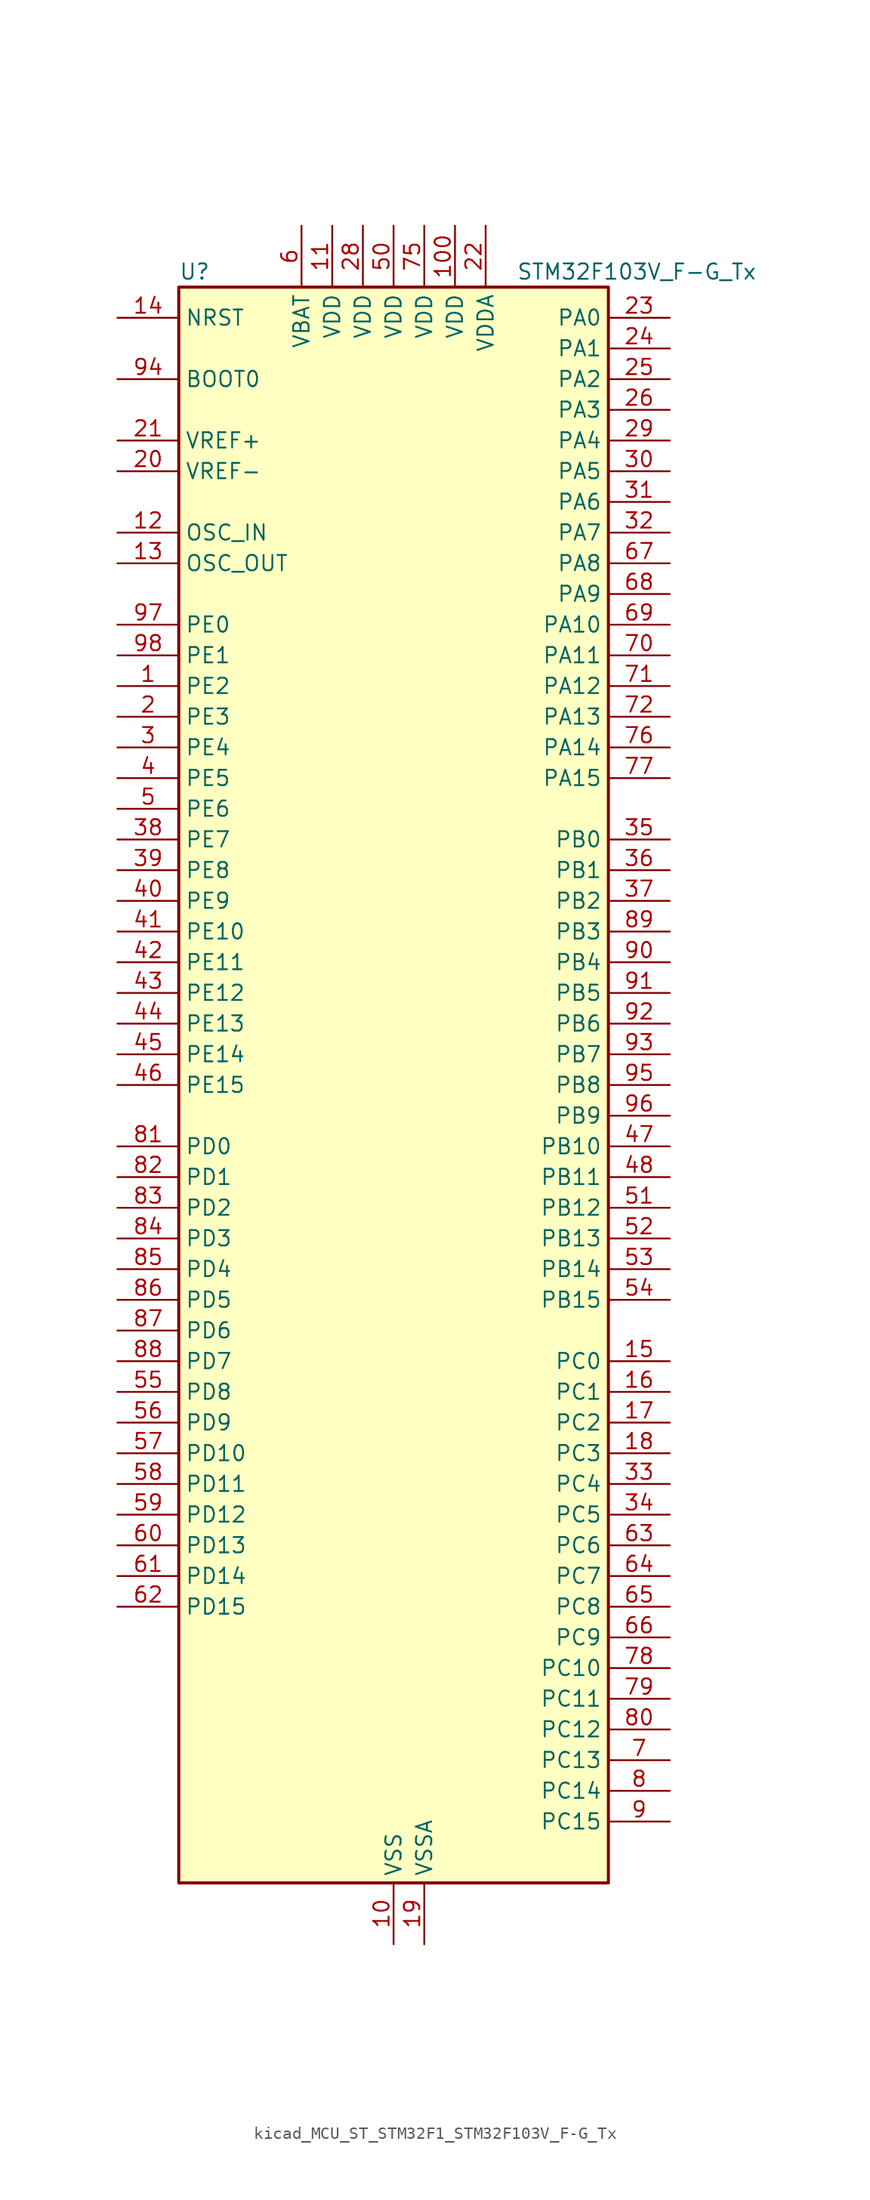
<source format=kicad_sym>
(kicad_symbol_lib
  (version 20220914)
  (generator kicad_symbol_editor)
  (symbol "kicad_MCU_ST_STM32F1_STM32F103V_F-G_Tx"
    (property "Reference" "U"
      (at -17.78 67.31 0)
      (effects (font (size 1.27 1.27)) (justify left)))
    (property "Value" "STM32F103V_F-G_Tx"
      (at 10.16 67.31 0)
      (effects (font (size 1.27 1.27)) (justify left)))
    (property "ki_locked" ""
      (at 0 0 0)
      (effects (font (size 1.27 1.27))))
    (symbol "kicad_MCU_ST_STM32F1_STM32F103V_F-G_Tx_0_1"
      (rectangle (start -17.78 -66.04) (end 17.78 66.04) (stroke (width 0.254) (type default)) (fill (type background))))
    (symbol "kicad_MCU_ST_STM32F1_STM32F103V_F-G_Tx_1_1"
      (pin bidirectional line (at -22.86 33.02 0) (length 5.08) (name "PE2" (effects (font (size 1.27 1.27)))) (number "1" (effects (font (size 1.27 1.27)))) (alternate "FSMC_A23" bidirectional line) (alternate "SYS_TRACECLK" bidirectional line))
      (pin power_in line (at 0 -71.12 90) (length 5.08) (name "VSS" (effects (font (size 1.27 1.27)))) (number "10" (effects (font (size 1.27 1.27)))))
      (pin power_in line (at 5.08 71.12 270) (length 5.08) (name "VDD" (effects (font (size 1.27 1.27)))) (number "100" (effects (font (size 1.27 1.27)))))
      (pin power_in line (at -5.08 71.12 270) (length 5.08) (name "VDD" (effects (font (size 1.27 1.27)))) (number "11" (effects (font (size 1.27 1.27)))))
      (pin input line (at -22.86 45.72 0) (length 5.08) (name "OSC_IN" (effects (font (size 1.27 1.27)))) (number "12" (effects (font (size 1.27 1.27)))) (alternate "RCC_OSC_IN" bidirectional line))
      (pin input line (at -22.86 43.18 0) (length 5.08) (name "OSC_OUT" (effects (font (size 1.27 1.27)))) (number "13" (effects (font (size 1.27 1.27)))) (alternate "RCC_OSC_OUT" bidirectional line))
      (pin input line (at -22.86 63.5 0) (length 5.08) (name "NRST" (effects (font (size 1.27 1.27)))) (number "14" (effects (font (size 1.27 1.27)))))
      (pin bidirectional line (at 22.86 -22.86 180) (length 5.08) (name "PC0" (effects (font (size 1.27 1.27)))) (number "15" (effects (font (size 1.27 1.27)))) (alternate "ADC1_IN10" bidirectional line) (alternate "ADC2_IN10" bidirectional line) (alternate "ADC3_IN10" bidirectional line))
      (pin bidirectional line (at 22.86 -25.4 180) (length 5.08) (name "PC1" (effects (font (size 1.27 1.27)))) (number "16" (effects (font (size 1.27 1.27)))) (alternate "ADC1_IN11" bidirectional line) (alternate "ADC2_IN11" bidirectional line) (alternate "ADC3_IN11" bidirectional line))
      (pin bidirectional line (at 22.86 -27.94 180) (length 5.08) (name "PC2" (effects (font (size 1.27 1.27)))) (number "17" (effects (font (size 1.27 1.27)))) (alternate "ADC1_IN12" bidirectional line) (alternate "ADC2_IN12" bidirectional line) (alternate "ADC3_IN12" bidirectional line))
      (pin bidirectional line (at 22.86 -30.48 180) (length 5.08) (name "PC3" (effects (font (size 1.27 1.27)))) (number "18" (effects (font (size 1.27 1.27)))) (alternate "ADC1_IN13" bidirectional line) (alternate "ADC2_IN13" bidirectional line) (alternate "ADC3_IN13" bidirectional line))
      (pin power_in line (at 2.54 -71.12 90) (length 5.08) (name "VSSA" (effects (font (size 1.27 1.27)))) (number "19" (effects (font (size 1.27 1.27)))))
      (pin bidirectional line (at -22.86 30.48 0) (length 5.08) (name "PE3" (effects (font (size 1.27 1.27)))) (number "2" (effects (font (size 1.27 1.27)))) (alternate "FSMC_A19" bidirectional line) (alternate "SYS_TRACED0" bidirectional line))
      (pin input line (at -22.86 50.8 0) (length 5.08) (name "VREF-" (effects (font (size 1.27 1.27)))) (number "20" (effects (font (size 1.27 1.27)))))
      (pin input line (at -22.86 53.34 0) (length 5.08) (name "VREF+" (effects (font (size 1.27 1.27)))) (number "21" (effects (font (size 1.27 1.27)))))
      (pin power_in line (at 7.62 71.12 270) (length 5.08) (name "VDDA" (effects (font (size 1.27 1.27)))) (number "22" (effects (font (size 1.27 1.27)))))
      (pin bidirectional line (at 22.86 63.5 180) (length 5.08) (name "PA0" (effects (font (size 1.27 1.27)))) (number "23" (effects (font (size 1.27 1.27)))) (alternate "ADC1_IN0" bidirectional line) (alternate "ADC2_IN0" bidirectional line) (alternate "ADC3_IN0" bidirectional line) (alternate "SYS_WKUP" bidirectional line) (alternate "TIM2_CH1" bidirectional line) (alternate "TIM2_ETR" bidirectional line) (alternate "TIM5_CH1" bidirectional line) (alternate "TIM8_ETR" bidirectional line) (alternate "USART2_CTS" bidirectional line))
      (pin bidirectional line (at 22.86 60.96 180) (length 5.08) (name "PA1" (effects (font (size 1.27 1.27)))) (number "24" (effects (font (size 1.27 1.27)))) (alternate "ADC1_IN1" bidirectional line) (alternate "ADC2_IN1" bidirectional line) (alternate "ADC3_IN1" bidirectional line) (alternate "TIM2_CH2" bidirectional line) (alternate "TIM5_CH2" bidirectional line) (alternate "USART2_RTS" bidirectional line))
      (pin bidirectional line (at 22.86 58.42 180) (length 5.08) (name "PA2" (effects (font (size 1.27 1.27)))) (number "25" (effects (font (size 1.27 1.27)))) (alternate "ADC1_IN2" bidirectional line) (alternate "ADC2_IN2" bidirectional line) (alternate "ADC3_IN2" bidirectional line) (alternate "TIM2_CH3" bidirectional line) (alternate "TIM5_CH3" bidirectional line) (alternate "TIM9_CH1" bidirectional line) (alternate "USART2_TX" bidirectional line))
      (pin bidirectional line (at 22.86 55.88 180) (length 5.08) (name "PA3" (effects (font (size 1.27 1.27)))) (number "26" (effects (font (size 1.27 1.27)))) (alternate "ADC1_IN3" bidirectional line) (alternate "ADC2_IN3" bidirectional line) (alternate "ADC3_IN3" bidirectional line) (alternate "TIM2_CH4" bidirectional line) (alternate "TIM5_CH4" bidirectional line) (alternate "TIM9_CH2" bidirectional line) (alternate "USART2_RX" bidirectional line))
      (pin passive line (at 0 -71.12 90) (length 5.08) hide (name "VSS" (effects (font (size 1.27 1.27)))) (number "27" (effects (font (size 1.27 1.27)))))
      (pin power_in line (at -2.54 71.12 270) (length 5.08) (name "VDD" (effects (font (size 1.27 1.27)))) (number "28" (effects (font (size 1.27 1.27)))))
      (pin bidirectional line (at 22.86 53.34 180) (length 5.08) (name "PA4" (effects (font (size 1.27 1.27)))) (number "29" (effects (font (size 1.27 1.27)))) (alternate "ADC1_IN4" bidirectional line) (alternate "ADC2_IN4" bidirectional line) (alternate "DAC_OUT1" bidirectional line) (alternate "SPI1_NSS" bidirectional line) (alternate "USART2_CK" bidirectional line))
      (pin bidirectional line (at -22.86 27.94 0) (length 5.08) (name "PE4" (effects (font (size 1.27 1.27)))) (number "3" (effects (font (size 1.27 1.27)))) (alternate "FSMC_A20" bidirectional line) (alternate "SYS_TRACED1" bidirectional line))
      (pin bidirectional line (at 22.86 50.8 180) (length 5.08) (name "PA5" (effects (font (size 1.27 1.27)))) (number "30" (effects (font (size 1.27 1.27)))) (alternate "ADC1_IN5" bidirectional line) (alternate "ADC2_IN5" bidirectional line) (alternate "DAC_OUT2" bidirectional line) (alternate "SPI1_SCK" bidirectional line))
      (pin bidirectional line (at 22.86 48.26 180) (length 5.08) (name "PA6" (effects (font (size 1.27 1.27)))) (number "31" (effects (font (size 1.27 1.27)))) (alternate "ADC1_IN6" bidirectional line) (alternate "ADC2_IN6" bidirectional line) (alternate "SPI1_MISO" bidirectional line) (alternate "TIM13_CH1" bidirectional line) (alternate "TIM1_BKIN" bidirectional line) (alternate "TIM3_CH1" bidirectional line) (alternate "TIM8_BKIN" bidirectional line))
      (pin bidirectional line (at 22.86 45.72 180) (length 5.08) (name "PA7" (effects (font (size 1.27 1.27)))) (number "32" (effects (font (size 1.27 1.27)))) (alternate "ADC1_IN7" bidirectional line) (alternate "ADC2_IN7" bidirectional line) (alternate "SPI1_MOSI" bidirectional line) (alternate "TIM14_CH1" bidirectional line) (alternate "TIM1_CH1N" bidirectional line) (alternate "TIM3_CH2" bidirectional line) (alternate "TIM8_CH1N" bidirectional line))
      (pin bidirectional line (at 22.86 -33.02 180) (length 5.08) (name "PC4" (effects (font (size 1.27 1.27)))) (number "33" (effects (font (size 1.27 1.27)))) (alternate "ADC1_IN14" bidirectional line) (alternate "ADC2_IN14" bidirectional line))
      (pin bidirectional line (at 22.86 -35.56 180) (length 5.08) (name "PC5" (effects (font (size 1.27 1.27)))) (number "34" (effects (font (size 1.27 1.27)))) (alternate "ADC1_IN15" bidirectional line) (alternate "ADC2_IN15" bidirectional line))
      (pin bidirectional line (at 22.86 20.32 180) (length 5.08) (name "PB0" (effects (font (size 1.27 1.27)))) (number "35" (effects (font (size 1.27 1.27)))) (alternate "ADC1_IN8" bidirectional line) (alternate "ADC2_IN8" bidirectional line) (alternate "TIM1_CH2N" bidirectional line) (alternate "TIM3_CH3" bidirectional line) (alternate "TIM8_CH2N" bidirectional line))
      (pin bidirectional line (at 22.86 17.78 180) (length 5.08) (name "PB1" (effects (font (size 1.27 1.27)))) (number "36" (effects (font (size 1.27 1.27)))) (alternate "ADC1_IN9" bidirectional line) (alternate "ADC2_IN9" bidirectional line) (alternate "TIM1_CH3N" bidirectional line) (alternate "TIM3_CH4" bidirectional line) (alternate "TIM8_CH3N" bidirectional line))
      (pin bidirectional line (at 22.86 15.24 180) (length 5.08) (name "PB2" (effects (font (size 1.27 1.27)))) (number "37" (effects (font (size 1.27 1.27)))))
      (pin bidirectional line (at -22.86 20.32 0) (length 5.08) (name "PE7" (effects (font (size 1.27 1.27)))) (number "38" (effects (font (size 1.27 1.27)))) (alternate "FSMC_D4" bidirectional line) (alternate "FSMC_DA4" bidirectional line) (alternate "TIM1_ETR" bidirectional line))
      (pin bidirectional line (at -22.86 17.78 0) (length 5.08) (name "PE8" (effects (font (size 1.27 1.27)))) (number "39" (effects (font (size 1.27 1.27)))) (alternate "FSMC_D5" bidirectional line) (alternate "FSMC_DA5" bidirectional line) (alternate "TIM1_CH1N" bidirectional line))
      (pin bidirectional line (at -22.86 25.4 0) (length 5.08) (name "PE5" (effects (font (size 1.27 1.27)))) (number "4" (effects (font (size 1.27 1.27)))) (alternate "FSMC_A21" bidirectional line) (alternate "SYS_TRACED2" bidirectional line) (alternate "TIM9_CH1" bidirectional line))
      (pin bidirectional line (at -22.86 15.24 0) (length 5.08) (name "PE9" (effects (font (size 1.27 1.27)))) (number "40" (effects (font (size 1.27 1.27)))) (alternate "DAC_EXTI9" bidirectional line) (alternate "FSMC_D6" bidirectional line) (alternate "FSMC_DA6" bidirectional line) (alternate "TIM1_CH1" bidirectional line))
      (pin bidirectional line (at -22.86 12.7 0) (length 5.08) (name "PE10" (effects (font (size 1.27 1.27)))) (number "41" (effects (font (size 1.27 1.27)))) (alternate "FSMC_D7" bidirectional line) (alternate "FSMC_DA7" bidirectional line) (alternate "TIM1_CH2N" bidirectional line))
      (pin bidirectional line (at -22.86 10.16 0) (length 5.08) (name "PE11" (effects (font (size 1.27 1.27)))) (number "42" (effects (font (size 1.27 1.27)))) (alternate "ADC1_EXTI11" bidirectional line) (alternate "ADC2_EXTI11" bidirectional line) (alternate "FSMC_D8" bidirectional line) (alternate "FSMC_DA8" bidirectional line) (alternate "TIM1_CH2" bidirectional line))
      (pin bidirectional line (at -22.86 7.62 0) (length 5.08) (name "PE12" (effects (font (size 1.27 1.27)))) (number "43" (effects (font (size 1.27 1.27)))) (alternate "FSMC_D9" bidirectional line) (alternate "FSMC_DA9" bidirectional line) (alternate "TIM1_CH3N" bidirectional line))
      (pin bidirectional line (at -22.86 5.08 0) (length 5.08) (name "PE13" (effects (font (size 1.27 1.27)))) (number "44" (effects (font (size 1.27 1.27)))) (alternate "FSMC_D10" bidirectional line) (alternate "FSMC_DA10" bidirectional line) (alternate "TIM1_CH3" bidirectional line))
      (pin bidirectional line (at -22.86 2.54 0) (length 5.08) (name "PE14" (effects (font (size 1.27 1.27)))) (number "45" (effects (font (size 1.27 1.27)))) (alternate "FSMC_D11" bidirectional line) (alternate "FSMC_DA11" bidirectional line) (alternate "TIM1_CH4" bidirectional line))
      (pin bidirectional line (at -22.86 0 0) (length 5.08) (name "PE15" (effects (font (size 1.27 1.27)))) (number "46" (effects (font (size 1.27 1.27)))) (alternate "ADC1_EXTI15" bidirectional line) (alternate "ADC2_EXTI15" bidirectional line) (alternate "FSMC_D12" bidirectional line) (alternate "FSMC_DA12" bidirectional line) (alternate "TIM1_BKIN" bidirectional line))
      (pin bidirectional line (at 22.86 -5.08 180) (length 5.08) (name "PB10" (effects (font (size 1.27 1.27)))) (number "47" (effects (font (size 1.27 1.27)))) (alternate "I2C2_SCL" bidirectional line) (alternate "TIM2_CH3" bidirectional line) (alternate "USART3_TX" bidirectional line))
      (pin bidirectional line (at 22.86 -7.62 180) (length 5.08) (name "PB11" (effects (font (size 1.27 1.27)))) (number "48" (effects (font (size 1.27 1.27)))) (alternate "ADC1_EXTI11" bidirectional line) (alternate "ADC2_EXTI11" bidirectional line) (alternate "I2C2_SDA" bidirectional line) (alternate "TIM2_CH4" bidirectional line) (alternate "USART3_RX" bidirectional line))
      (pin passive line (at 0 -71.12 90) (length 5.08) hide (name "VSS" (effects (font (size 1.27 1.27)))) (number "49" (effects (font (size 1.27 1.27)))))
      (pin bidirectional line (at -22.86 22.86 0) (length 5.08) (name "PE6" (effects (font (size 1.27 1.27)))) (number "5" (effects (font (size 1.27 1.27)))) (alternate "FSMC_A22" bidirectional line) (alternate "SYS_TRACED3" bidirectional line) (alternate "TIM9_CH2" bidirectional line))
      (pin power_in line (at 0 71.12 270) (length 5.08) (name "VDD" (effects (font (size 1.27 1.27)))) (number "50" (effects (font (size 1.27 1.27)))))
      (pin bidirectional line (at 22.86 -10.16 180) (length 5.08) (name "PB12" (effects (font (size 1.27 1.27)))) (number "51" (effects (font (size 1.27 1.27)))) (alternate "I2C2_SMBA" bidirectional line) (alternate "I2S2_WS" bidirectional line) (alternate "SPI2_NSS" bidirectional line) (alternate "TIM1_BKIN" bidirectional line) (alternate "USART3_CK" bidirectional line))
      (pin bidirectional line (at 22.86 -12.7 180) (length 5.08) (name "PB13" (effects (font (size 1.27 1.27)))) (number "52" (effects (font (size 1.27 1.27)))) (alternate "I2S2_CK" bidirectional line) (alternate "SPI2_SCK" bidirectional line) (alternate "TIM1_CH1N" bidirectional line) (alternate "USART3_CTS" bidirectional line))
      (pin bidirectional line (at 22.86 -15.24 180) (length 5.08) (name "PB14" (effects (font (size 1.27 1.27)))) (number "53" (effects (font (size 1.27 1.27)))) (alternate "SPI2_MISO" bidirectional line) (alternate "TIM12_CH1" bidirectional line) (alternate "TIM1_CH2N" bidirectional line) (alternate "USART3_RTS" bidirectional line))
      (pin bidirectional line (at 22.86 -17.78 180) (length 5.08) (name "PB15" (effects (font (size 1.27 1.27)))) (number "54" (effects (font (size 1.27 1.27)))) (alternate "ADC1_EXTI15" bidirectional line) (alternate "ADC2_EXTI15" bidirectional line) (alternate "I2S2_SD" bidirectional line) (alternate "SPI2_MOSI" bidirectional line) (alternate "TIM12_CH2" bidirectional line) (alternate "TIM1_CH3N" bidirectional line))
      (pin bidirectional line (at -22.86 -25.4 0) (length 5.08) (name "PD8" (effects (font (size 1.27 1.27)))) (number "55" (effects (font (size 1.27 1.27)))) (alternate "FSMC_D13" bidirectional line) (alternate "FSMC_DA13" bidirectional line) (alternate "USART3_TX" bidirectional line))
      (pin bidirectional line (at -22.86 -27.94 0) (length 5.08) (name "PD9" (effects (font (size 1.27 1.27)))) (number "56" (effects (font (size 1.27 1.27)))) (alternate "DAC_EXTI9" bidirectional line) (alternate "FSMC_D14" bidirectional line) (alternate "FSMC_DA14" bidirectional line) (alternate "USART3_RX" bidirectional line))
      (pin bidirectional line (at -22.86 -30.48 0) (length 5.08) (name "PD10" (effects (font (size 1.27 1.27)))) (number "57" (effects (font (size 1.27 1.27)))) (alternate "FSMC_D15" bidirectional line) (alternate "FSMC_DA15" bidirectional line) (alternate "USART3_CK" bidirectional line))
      (pin bidirectional line (at -22.86 -33.02 0) (length 5.08) (name "PD11" (effects (font (size 1.27 1.27)))) (number "58" (effects (font (size 1.27 1.27)))) (alternate "ADC1_EXTI11" bidirectional line) (alternate "ADC2_EXTI11" bidirectional line) (alternate "FSMC_A16" bidirectional line) (alternate "FSMC_CLE" bidirectional line) (alternate "USART3_CTS" bidirectional line))
      (pin bidirectional line (at -22.86 -35.56 0) (length 5.08) (name "PD12" (effects (font (size 1.27 1.27)))) (number "59" (effects (font (size 1.27 1.27)))) (alternate "FSMC_A17" bidirectional line) (alternate "FSMC_ALE" bidirectional line) (alternate "TIM4_CH1" bidirectional line) (alternate "USART3_RTS" bidirectional line))
      (pin power_in line (at -7.62 71.12 270) (length 5.08) (name "VBAT" (effects (font (size 1.27 1.27)))) (number "6" (effects (font (size 1.27 1.27)))))
      (pin bidirectional line (at -22.86 -38.1 0) (length 5.08) (name "PD13" (effects (font (size 1.27 1.27)))) (number "60" (effects (font (size 1.27 1.27)))) (alternate "FSMC_A18" bidirectional line) (alternate "TIM4_CH2" bidirectional line))
      (pin bidirectional line (at -22.86 -40.64 0) (length 5.08) (name "PD14" (effects (font (size 1.27 1.27)))) (number "61" (effects (font (size 1.27 1.27)))) (alternate "FSMC_D0" bidirectional line) (alternate "FSMC_DA0" bidirectional line) (alternate "TIM4_CH3" bidirectional line))
      (pin bidirectional line (at -22.86 -43.18 0) (length 5.08) (name "PD15" (effects (font (size 1.27 1.27)))) (number "62" (effects (font (size 1.27 1.27)))) (alternate "ADC1_EXTI15" bidirectional line) (alternate "ADC2_EXTI15" bidirectional line) (alternate "FSMC_D1" bidirectional line) (alternate "FSMC_DA1" bidirectional line) (alternate "TIM4_CH4" bidirectional line))
      (pin bidirectional line (at 22.86 -38.1 180) (length 5.08) (name "PC6" (effects (font (size 1.27 1.27)))) (number "63" (effects (font (size 1.27 1.27)))) (alternate "I2S2_MCK" bidirectional line) (alternate "SDIO_D6" bidirectional line) (alternate "TIM3_CH1" bidirectional line) (alternate "TIM8_CH1" bidirectional line))
      (pin bidirectional line (at 22.86 -40.64 180) (length 5.08) (name "PC7" (effects (font (size 1.27 1.27)))) (number "64" (effects (font (size 1.27 1.27)))) (alternate "I2S3_MCK" bidirectional line) (alternate "SDIO_D7" bidirectional line) (alternate "TIM3_CH2" bidirectional line) (alternate "TIM8_CH2" bidirectional line))
      (pin bidirectional line (at 22.86 -43.18 180) (length 5.08) (name "PC8" (effects (font (size 1.27 1.27)))) (number "65" (effects (font (size 1.27 1.27)))) (alternate "SDIO_D0" bidirectional line) (alternate "TIM3_CH3" bidirectional line) (alternate "TIM8_CH3" bidirectional line))
      (pin bidirectional line (at 22.86 -45.72 180) (length 5.08) (name "PC9" (effects (font (size 1.27 1.27)))) (number "66" (effects (font (size 1.27 1.27)))) (alternate "DAC_EXTI9" bidirectional line) (alternate "SDIO_D1" bidirectional line) (alternate "TIM3_CH4" bidirectional line) (alternate "TIM8_CH4" bidirectional line))
      (pin bidirectional line (at 22.86 43.18 180) (length 5.08) (name "PA8" (effects (font (size 1.27 1.27)))) (number "67" (effects (font (size 1.27 1.27)))) (alternate "RCC_MCO" bidirectional line) (alternate "TIM1_CH1" bidirectional line) (alternate "USART1_CK" bidirectional line))
      (pin bidirectional line (at 22.86 40.64 180) (length 5.08) (name "PA9" (effects (font (size 1.27 1.27)))) (number "68" (effects (font (size 1.27 1.27)))) (alternate "DAC_EXTI9" bidirectional line) (alternate "TIM1_CH2" bidirectional line) (alternate "USART1_TX" bidirectional line))
      (pin bidirectional line (at 22.86 38.1 180) (length 5.08) (name "PA10" (effects (font (size 1.27 1.27)))) (number "69" (effects (font (size 1.27 1.27)))) (alternate "TIM1_CH3" bidirectional line) (alternate "USART1_RX" bidirectional line))
      (pin bidirectional line (at 22.86 -55.88 180) (length 5.08) (name "PC13" (effects (font (size 1.27 1.27)))) (number "7" (effects (font (size 1.27 1.27)))) (alternate "RTC_OUT" bidirectional line) (alternate "RTC_TAMPER" bidirectional line))
      (pin bidirectional line (at 22.86 35.56 180) (length 5.08) (name "PA11" (effects (font (size 1.27 1.27)))) (number "70" (effects (font (size 1.27 1.27)))) (alternate "ADC1_EXTI11" bidirectional line) (alternate "ADC2_EXTI11" bidirectional line) (alternate "CAN_RX" bidirectional line) (alternate "TIM1_CH4" bidirectional line) (alternate "USART1_CTS" bidirectional line) (alternate "USB_DM" bidirectional line))
      (pin bidirectional line (at 22.86 33.02 180) (length 5.08) (name "PA12" (effects (font (size 1.27 1.27)))) (number "71" (effects (font (size 1.27 1.27)))) (alternate "CAN_TX" bidirectional line) (alternate "TIM1_ETR" bidirectional line) (alternate "USART1_RTS" bidirectional line) (alternate "USB_DP" bidirectional line))
      (pin bidirectional line (at 22.86 30.48 180) (length 5.08) (name "PA13" (effects (font (size 1.27 1.27)))) (number "72" (effects (font (size 1.27 1.27)))) (alternate "SYS_JTMS-SWDIO" bidirectional line))
      (pin no_connect line (at -17.78 -66.04 0) (length 5.08) hide (name "NC" (effects (font (size 1.27 1.27)))) (number "73" (effects (font (size 1.27 1.27)))))
      (pin passive line (at 0 -71.12 90) (length 5.08) hide (name "VSS" (effects (font (size 1.27 1.27)))) (number "74" (effects (font (size 1.27 1.27)))))
      (pin power_in line (at 2.54 71.12 270) (length 5.08) (name "VDD" (effects (font (size 1.27 1.27)))) (number "75" (effects (font (size 1.27 1.27)))))
      (pin bidirectional line (at 22.86 27.94 180) (length 5.08) (name "PA14" (effects (font (size 1.27 1.27)))) (number "76" (effects (font (size 1.27 1.27)))) (alternate "SYS_JTCK-SWCLK" bidirectional line))
      (pin bidirectional line (at 22.86 25.4 180) (length 5.08) (name "PA15" (effects (font (size 1.27 1.27)))) (number "77" (effects (font (size 1.27 1.27)))) (alternate "ADC1_EXTI15" bidirectional line) (alternate "ADC2_EXTI15" bidirectional line) (alternate "I2S3_WS" bidirectional line) (alternate "SPI1_NSS" bidirectional line) (alternate "SPI3_NSS" bidirectional line) (alternate "SYS_JTDI" bidirectional line) (alternate "TIM2_CH1" bidirectional line) (alternate "TIM2_ETR" bidirectional line))
      (pin bidirectional line (at 22.86 -48.26 180) (length 5.08) (name "PC10" (effects (font (size 1.27 1.27)))) (number "78" (effects (font (size 1.27 1.27)))) (alternate "SDIO_D2" bidirectional line) (alternate "UART4_TX" bidirectional line) (alternate "USART3_TX" bidirectional line))
      (pin bidirectional line (at 22.86 -50.8 180) (length 5.08) (name "PC11" (effects (font (size 1.27 1.27)))) (number "79" (effects (font (size 1.27 1.27)))) (alternate "ADC1_EXTI11" bidirectional line) (alternate "ADC2_EXTI11" bidirectional line) (alternate "SDIO_D3" bidirectional line) (alternate "UART4_RX" bidirectional line) (alternate "USART3_RX" bidirectional line))
      (pin bidirectional line (at 22.86 -58.42 180) (length 5.08) (name "PC14" (effects (font (size 1.27 1.27)))) (number "8" (effects (font (size 1.27 1.27)))) (alternate "RCC_OSC32_IN" bidirectional line))
      (pin bidirectional line (at 22.86 -53.34 180) (length 5.08) (name "PC12" (effects (font (size 1.27 1.27)))) (number "80" (effects (font (size 1.27 1.27)))) (alternate "SDIO_CK" bidirectional line) (alternate "UART5_TX" bidirectional line) (alternate "USART3_CK" bidirectional line))
      (pin bidirectional line (at -22.86 -5.08 0) (length 5.08) (name "PD0" (effects (font (size 1.27 1.27)))) (number "81" (effects (font (size 1.27 1.27)))) (alternate "CAN_RX" bidirectional line) (alternate "FSMC_D2" bidirectional line) (alternate "FSMC_DA2" bidirectional line))
      (pin bidirectional line (at -22.86 -7.62 0) (length 5.08) (name "PD1" (effects (font (size 1.27 1.27)))) (number "82" (effects (font (size 1.27 1.27)))) (alternate "CAN_TX" bidirectional line) (alternate "FSMC_D3" bidirectional line) (alternate "FSMC_DA3" bidirectional line))
      (pin bidirectional line (at -22.86 -10.16 0) (length 5.08) (name "PD2" (effects (font (size 1.27 1.27)))) (number "83" (effects (font (size 1.27 1.27)))) (alternate "SDIO_CMD" bidirectional line) (alternate "TIM3_ETR" bidirectional line) (alternate "UART5_RX" bidirectional line))
      (pin bidirectional line (at -22.86 -12.7 0) (length 5.08) (name "PD3" (effects (font (size 1.27 1.27)))) (number "84" (effects (font (size 1.27 1.27)))) (alternate "FSMC_CLK" bidirectional line) (alternate "USART2_CTS" bidirectional line))
      (pin bidirectional line (at -22.86 -15.24 0) (length 5.08) (name "PD4" (effects (font (size 1.27 1.27)))) (number "85" (effects (font (size 1.27 1.27)))) (alternate "FSMC_NOE" bidirectional line) (alternate "USART2_RTS" bidirectional line))
      (pin bidirectional line (at -22.86 -17.78 0) (length 5.08) (name "PD5" (effects (font (size 1.27 1.27)))) (number "86" (effects (font (size 1.27 1.27)))) (alternate "FSMC_NWE" bidirectional line) (alternate "USART2_TX" bidirectional line))
      (pin bidirectional line (at -22.86 -20.32 0) (length 5.08) (name "PD6" (effects (font (size 1.27 1.27)))) (number "87" (effects (font (size 1.27 1.27)))) (alternate "FSMC_NWAIT" bidirectional line) (alternate "USART2_RX" bidirectional line))
      (pin bidirectional line (at -22.86 -22.86 0) (length 5.08) (name "PD7" (effects (font (size 1.27 1.27)))) (number "88" (effects (font (size 1.27 1.27)))) (alternate "FSMC_NCE2" bidirectional line) (alternate "FSMC_NE1" bidirectional line) (alternate "USART2_CK" bidirectional line))
      (pin bidirectional line (at 22.86 12.7 180) (length 5.08) (name "PB3" (effects (font (size 1.27 1.27)))) (number "89" (effects (font (size 1.27 1.27)))) (alternate "I2S3_CK" bidirectional line) (alternate "SPI1_SCK" bidirectional line) (alternate "SPI3_SCK" bidirectional line) (alternate "SYS_JTDO-TRACESWO" bidirectional line) (alternate "TIM2_CH2" bidirectional line))
      (pin bidirectional line (at 22.86 -60.96 180) (length 5.08) (name "PC15" (effects (font (size 1.27 1.27)))) (number "9" (effects (font (size 1.27 1.27)))) (alternate "ADC1_EXTI15" bidirectional line) (alternate "ADC2_EXTI15" bidirectional line) (alternate "RCC_OSC32_OUT" bidirectional line))
      (pin bidirectional line (at 22.86 10.16 180) (length 5.08) (name "PB4" (effects (font (size 1.27 1.27)))) (number "90" (effects (font (size 1.27 1.27)))) (alternate "SPI1_MISO" bidirectional line) (alternate "SPI3_MISO" bidirectional line) (alternate "SYS_NJTRST" bidirectional line) (alternate "TIM3_CH1" bidirectional line))
      (pin bidirectional line (at 22.86 7.62 180) (length 5.08) (name "PB5" (effects (font (size 1.27 1.27)))) (number "91" (effects (font (size 1.27 1.27)))) (alternate "I2C1_SMBA" bidirectional line) (alternate "I2S3_SD" bidirectional line) (alternate "SPI1_MOSI" bidirectional line) (alternate "SPI3_MOSI" bidirectional line) (alternate "TIM3_CH2" bidirectional line))
      (pin bidirectional line (at 22.86 5.08 180) (length 5.08) (name "PB6" (effects (font (size 1.27 1.27)))) (number "92" (effects (font (size 1.27 1.27)))) (alternate "I2C1_SCL" bidirectional line) (alternate "TIM4_CH1" bidirectional line) (alternate "USART1_TX" bidirectional line))
      (pin bidirectional line (at 22.86 2.54 180) (length 5.08) (name "PB7" (effects (font (size 1.27 1.27)))) (number "93" (effects (font (size 1.27 1.27)))) (alternate "FSMC_NL" bidirectional line) (alternate "I2C1_SDA" bidirectional line) (alternate "TIM4_CH2" bidirectional line) (alternate "USART1_RX" bidirectional line))
      (pin input line (at -22.86 58.42 0) (length 5.08) (name "BOOT0" (effects (font (size 1.27 1.27)))) (number "94" (effects (font (size 1.27 1.27)))))
      (pin bidirectional line (at 22.86 0 180) (length 5.08) (name "PB8" (effects (font (size 1.27 1.27)))) (number "95" (effects (font (size 1.27 1.27)))) (alternate "CAN_RX" bidirectional line) (alternate "I2C1_SCL" bidirectional line) (alternate "SDIO_D4" bidirectional line) (alternate "TIM10_CH1" bidirectional line) (alternate "TIM4_CH3" bidirectional line))
      (pin bidirectional line (at 22.86 -2.54 180) (length 5.08) (name "PB9" (effects (font (size 1.27 1.27)))) (number "96" (effects (font (size 1.27 1.27)))) (alternate "CAN_TX" bidirectional line) (alternate "DAC_EXTI9" bidirectional line) (alternate "I2C1_SDA" bidirectional line) (alternate "SDIO_D5" bidirectional line) (alternate "TIM11_CH1" bidirectional line) (alternate "TIM4_CH4" bidirectional line))
      (pin bidirectional line (at -22.86 38.1 0) (length 5.08) (name "PE0" (effects (font (size 1.27 1.27)))) (number "97" (effects (font (size 1.27 1.27)))) (alternate "FSMC_NBL0" bidirectional line) (alternate "TIM4_ETR" bidirectional line))
      (pin bidirectional line (at -22.86 35.56 0) (length 5.08) (name "PE1" (effects (font (size 1.27 1.27)))) (number "98" (effects (font (size 1.27 1.27)))) (alternate "FSMC_NBL1" bidirectional line))
      (pin passive line (at 0 -71.12 90) (length 5.08) hide (name "VSS" (effects (font (size 1.27 1.27)))) (number "99" (effects (font (size 1.27 1.27))))))))
</source>
